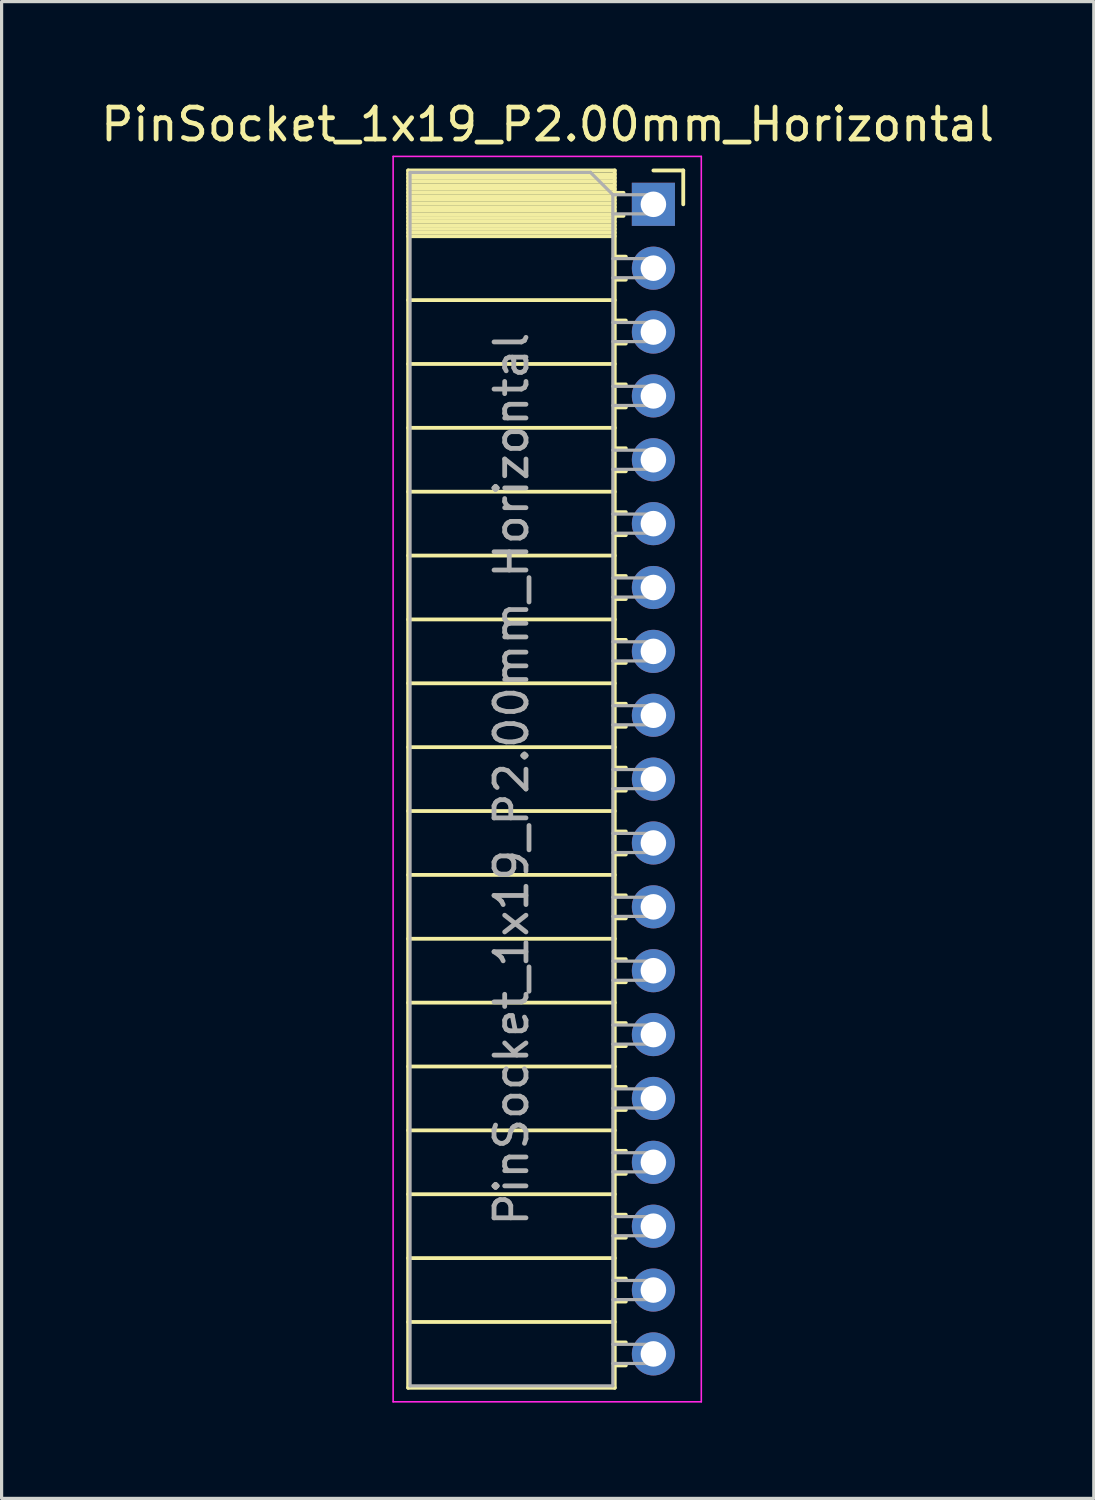
<source format=kicad_pcb>
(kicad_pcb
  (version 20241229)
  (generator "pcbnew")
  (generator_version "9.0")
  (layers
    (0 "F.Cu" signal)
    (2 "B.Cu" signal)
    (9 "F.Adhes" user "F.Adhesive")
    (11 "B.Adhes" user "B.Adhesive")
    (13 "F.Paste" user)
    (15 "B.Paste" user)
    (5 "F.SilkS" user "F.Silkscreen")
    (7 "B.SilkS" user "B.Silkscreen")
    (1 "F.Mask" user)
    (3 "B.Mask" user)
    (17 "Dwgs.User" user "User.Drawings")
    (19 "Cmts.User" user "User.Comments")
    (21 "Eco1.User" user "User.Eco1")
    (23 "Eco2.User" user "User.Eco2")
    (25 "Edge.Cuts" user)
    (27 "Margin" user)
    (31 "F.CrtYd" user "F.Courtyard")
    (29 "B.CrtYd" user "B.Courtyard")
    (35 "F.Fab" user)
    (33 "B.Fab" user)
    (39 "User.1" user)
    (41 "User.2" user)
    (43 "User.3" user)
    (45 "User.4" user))
  (footprint "PinSocket_1x19_P2.00mm_Horizontal"
    (layer "F.Cu")
    (at 17.411 3.348)
    (property "Reference" "PinSocket_1x19_P2.00mm_Horizontal" (at -3.31 -2.5 0) (layer "F.SilkS") (effects (font (size 1 1) (thickness 0.15))))
    (attr through_hole)
    (fp_line (start -7.68 -1.06) (end -7.68 37.06) (stroke (width 0.12) (type solid)) (layer "F.SilkS"))
    (fp_line (start -7.68 -1.06) (end -1.21 -1.06) (stroke (width 0.12) (type solid)) (layer "F.SilkS"))
    (fp_line (start -7.68 -0.94) (end -1.21 -0.94) (stroke (width 0.12) (type solid)) (layer "F.SilkS"))
    (fp_line (start -7.68 -0.826) (end -1.21 -0.826) (stroke (width 0.12) (type solid)) (layer "F.SilkS"))
    (fp_line (start -7.68 -0.712) (end -1.21 -0.712) (stroke (width 0.12) (type solid)) (layer "F.SilkS"))
    (fp_line (start -7.68 -0.598) (end -1.21 -0.598) (stroke (width 0.12) (type solid)) (layer "F.SilkS"))
    (fp_line (start -7.68 -0.484) (end -1.21 -0.484) (stroke (width 0.12) (type solid)) (layer "F.SilkS"))
    (fp_line (start -7.68 -0.369) (end -1.21 -0.369) (stroke (width 0.12) (type solid)) (layer "F.SilkS"))
    (fp_line (start -7.68 -0.255) (end -1.21 -0.255) (stroke (width 0.12) (type solid)) (layer "F.SilkS"))
    (fp_line (start -7.68 -0.141) (end -1.21 -0.141) (stroke (width 0.12) (type solid)) (layer "F.SilkS"))
    (fp_line (start -7.68 -0.027) (end -1.21 -0.027) (stroke (width 0.12) (type solid)) (layer "F.SilkS"))
    (fp_line (start -7.68 0.087) (end -1.21 0.087) (stroke (width 0.12) (type solid)) (layer "F.SilkS"))
    (fp_line (start -7.68 0.201) (end -1.21 0.201) (stroke (width 0.12) (type solid)) (layer "F.SilkS"))
    (fp_line (start -7.68 0.315) (end -1.21 0.315) (stroke (width 0.12) (type solid)) (layer "F.SilkS"))
    (fp_line (start -7.68 0.429) (end -1.21 0.429) (stroke (width 0.12) (type solid)) (layer "F.SilkS"))
    (fp_line (start -7.68 0.544) (end -1.21 0.544) (stroke (width 0.12) (type solid)) (layer "F.SilkS"))
    (fp_line (start -7.68 0.658) (end -1.21 0.658) (stroke (width 0.12) (type solid)) (layer "F.SilkS"))
    (fp_line (start -7.68 0.772) (end -1.21 0.772) (stroke (width 0.12) (type solid)) (layer "F.SilkS"))
    (fp_line (start -7.68 0.886) (end -1.21 0.886) (stroke (width 0.12) (type solid)) (layer "F.SilkS"))
    (fp_line (start -7.68 1) (end -1.21 1) (stroke (width 0.12) (type solid)) (layer "F.SilkS"))
    (fp_line (start -7.68 3) (end -1.21 3) (stroke (width 0.12) (type solid)) (layer "F.SilkS"))
    (fp_line (start -7.68 5) (end -1.21 5) (stroke (width 0.12) (type solid)) (layer "F.SilkS"))
    (fp_line (start -7.68 7) (end -1.21 7) (stroke (width 0.12) (type solid)) (layer "F.SilkS"))
    (fp_line (start -7.68 9) (end -1.21 9) (stroke (width 0.12) (type solid)) (layer "F.SilkS"))
    (fp_line (start -7.68 11) (end -1.21 11) (stroke (width 0.12) (type solid)) (layer "F.SilkS"))
    (fp_line (start -7.68 13) (end -1.21 13) (stroke (width 0.12) (type solid)) (layer "F.SilkS"))
    (fp_line (start -7.68 15) (end -1.21 15) (stroke (width 0.12) (type solid)) (layer "F.SilkS"))
    (fp_line (start -7.68 17) (end -1.21 17) (stroke (width 0.12) (type solid)) (layer "F.SilkS"))
    (fp_line (start -7.68 19) (end -1.21 19) (stroke (width 0.12) (type solid)) (layer "F.SilkS"))
    (fp_line (start -7.68 21) (end -1.21 21) (stroke (width 0.12) (type solid)) (layer "F.SilkS"))
    (fp_line (start -7.68 23) (end -1.21 23) (stroke (width 0.12) (type solid)) (layer "F.SilkS"))
    (fp_line (start -7.68 25) (end -1.21 25) (stroke (width 0.12) (type solid)) (layer "F.SilkS"))
    (fp_line (start -7.68 27) (end -1.21 27) (stroke (width 0.12) (type solid)) (layer "F.SilkS"))
    (fp_line (start -7.68 29) (end -1.21 29) (stroke (width 0.12) (type solid)) (layer "F.SilkS"))
    (fp_line (start -7.68 31) (end -1.21 31) (stroke (width 0.12) (type solid)) (layer "F.SilkS"))
    (fp_line (start -7.68 33) (end -1.21 33) (stroke (width 0.12) (type solid)) (layer "F.SilkS"))
    (fp_line (start -7.68 35) (end -1.21 35) (stroke (width 0.12) (type solid)) (layer "F.SilkS"))
    (fp_line (start -7.68 37.06) (end -1.21 37.06) (stroke (width 0.12) (type solid)) (layer "F.SilkS"))
    (fp_line (start -1.21 -1.06) (end -1.21 37.06) (stroke (width 0.12) (type solid)) (layer "F.SilkS"))
    (fp_line (start -1.21 -0.36) (end -0.935 -0.36) (stroke (width 0.12) (type solid)) (layer "F.SilkS"))
    (fp_line (start -1.21 0.36) (end -0.935 0.36) (stroke (width 0.12) (type solid)) (layer "F.SilkS"))
    (fp_line (start -1.21 1.64) (end -0.863 1.64) (stroke (width 0.12) (type solid)) (layer "F.SilkS"))
    (fp_line (start -1.21 2.36) (end -0.863 2.36) (stroke (width 0.12) (type solid)) (layer "F.SilkS"))
    (fp_line (start -1.21 3.64) (end -0.863 3.64) (stroke (width 0.12) (type solid)) (layer "F.SilkS"))
    (fp_line (start -1.21 4.36) (end -0.863 4.36) (stroke (width 0.12) (type solid)) (layer "F.SilkS"))
    (fp_line (start -1.21 5.64) (end -0.863 5.64) (stroke (width 0.12) (type solid)) (layer "F.SilkS"))
    (fp_line (start -1.21 6.36) (end -0.863 6.36) (stroke (width 0.12) (type solid)) (layer "F.SilkS"))
    (fp_line (start -1.21 7.64) (end -0.863 7.64) (stroke (width 0.12) (type solid)) (layer "F.SilkS"))
    (fp_line (start -1.21 8.36) (end -0.863 8.36) (stroke (width 0.12) (type solid)) (layer "F.SilkS"))
    (fp_line (start -1.21 9.64) (end -0.863 9.64) (stroke (width 0.12) (type solid)) (layer "F.SilkS"))
    (fp_line (start -1.21 10.36) (end -0.863 10.36) (stroke (width 0.12) (type solid)) (layer "F.SilkS"))
    (fp_line (start -1.21 11.64) (end -0.863 11.64) (stroke (width 0.12) (type solid)) (layer "F.SilkS"))
    (fp_line (start -1.21 12.36) (end -0.863 12.36) (stroke (width 0.12) (type solid)) (layer "F.SilkS"))
    (fp_line (start -1.21 13.64) (end -0.863 13.64) (stroke (width 0.12) (type solid)) (layer "F.SilkS"))
    (fp_line (start -1.21 14.36) (end -0.863 14.36) (stroke (width 0.12) (type solid)) (layer "F.SilkS"))
    (fp_line (start -1.21 15.64) (end -0.863 15.64) (stroke (width 0.12) (type solid)) (layer "F.SilkS"))
    (fp_line (start -1.21 16.36) (end -0.863 16.36) (stroke (width 0.12) (type solid)) (layer "F.SilkS"))
    (fp_line (start -1.21 17.64) (end -0.863 17.64) (stroke (width 0.12) (type solid)) (layer "F.SilkS"))
    (fp_line (start -1.21 18.36) (end -0.863 18.36) (stroke (width 0.12) (type solid)) (layer "F.SilkS"))
    (fp_line (start -1.21 19.64) (end -0.863 19.64) (stroke (width 0.12) (type solid)) (layer "F.SilkS"))
    (fp_line (start -1.21 20.36) (end -0.863 20.36) (stroke (width 0.12) (type solid)) (layer "F.SilkS"))
    (fp_line (start -1.21 21.64) (end -0.863 21.64) (stroke (width 0.12) (type solid)) (layer "F.SilkS"))
    (fp_line (start -1.21 22.36) (end -0.863 22.36) (stroke (width 0.12) (type solid)) (layer "F.SilkS"))
    (fp_line (start -1.21 23.64) (end -0.863 23.64) (stroke (width 0.12) (type solid)) (layer "F.SilkS"))
    (fp_line (start -1.21 24.36) (end -0.863 24.36) (stroke (width 0.12) (type solid)) (layer "F.SilkS"))
    (fp_line (start -1.21 25.64) (end -0.863 25.64) (stroke (width 0.12) (type solid)) (layer "F.SilkS"))
    (fp_line (start -1.21 26.36) (end -0.863 26.36) (stroke (width 0.12) (type solid)) (layer "F.SilkS"))
    (fp_line (start -1.21 27.64) (end -0.863 27.64) (stroke (width 0.12) (type solid)) (layer "F.SilkS"))
    (fp_line (start -1.21 28.36) (end -0.863 28.36) (stroke (width 0.12) (type solid)) (layer "F.SilkS"))
    (fp_line (start -1.21 29.64) (end -0.863 29.64) (stroke (width 0.12) (type solid)) (layer "F.SilkS"))
    (fp_line (start -1.21 30.36) (end -0.863 30.36) (stroke (width 0.12) (type solid)) (layer "F.SilkS"))
    (fp_line (start -1.21 31.64) (end -0.863 31.64) (stroke (width 0.12) (type solid)) (layer "F.SilkS"))
    (fp_line (start -1.21 32.36) (end -0.863 32.36) (stroke (width 0.12) (type solid)) (layer "F.SilkS"))
    (fp_line (start -1.21 33.64) (end -0.863 33.64) (stroke (width 0.12) (type solid)) (layer "F.SilkS"))
    (fp_line (start -1.21 34.36) (end -0.863 34.36) (stroke (width 0.12) (type solid)) (layer "F.SilkS"))
    (fp_line (start -1.21 35.64) (end -0.863 35.64) (stroke (width 0.12) (type solid)) (layer "F.SilkS"))
    (fp_line (start -1.21 36.36) (end -0.863 36.36) (stroke (width 0.12) (type solid)) (layer "F.SilkS"))
    (fp_line (start 0 -1.06) (end 0.935 -1.06) (stroke (width 0.12) (type solid)) (layer "F.SilkS"))
    (fp_line (start 0.935 -1.06) (end 0.935 0) (stroke (width 0.12) (type solid)) (layer "F.SilkS"))
    (fp_line (start -8.15 -1.5) (end -8.15 37.5) (stroke (width 0.05) (type solid)) (layer "F.CrtYd"))
    (fp_line (start -8.15 37.5) (end 1.5 37.5) (stroke (width 0.05) (type solid)) (layer "F.CrtYd"))
    (fp_line (start 1.5 -1.5) (end -8.15 -1.5) (stroke (width 0.05) (type solid)) (layer "F.CrtYd"))
    (fp_line (start 1.5 37.5) (end 1.5 -1.5) (stroke (width 0.05) (type solid)) (layer "F.CrtYd"))
    (fp_line (start -7.62 -1) (end -1.97 -1) (stroke (width 0.1) (type solid)) (layer "F.Fab"))
    (fp_line (start -7.62 37) (end -7.62 -1) (stroke (width 0.1) (type solid)) (layer "F.Fab"))
    (fp_line (start -1.97 -1) (end -1.27 -0.3) (stroke (width 0.1) (type solid)) (layer "F.Fab"))
    (fp_line (start -1.27 -0.3) (end -1.27 37) (stroke (width 0.1) (type solid)) (layer "F.Fab"))
    (fp_line (start -1.27 0.3) (end 0 0.3) (stroke (width 0.1) (type solid)) (layer "F.Fab"))
    (fp_line (start -1.27 2.3) (end 0 2.3) (stroke (width 0.1) (type solid)) (layer "F.Fab"))
    (fp_line (start -1.27 4.3) (end 0 4.3) (stroke (width 0.1) (type solid)) (layer "F.Fab"))
    (fp_line (start -1.27 6.3) (end 0 6.3) (stroke (width 0.1) (type solid)) (layer "F.Fab"))
    (fp_line (start -1.27 8.3) (end 0 8.3) (stroke (width 0.1) (type solid)) (layer "F.Fab"))
    (fp_line (start -1.27 10.3) (end 0 10.3) (stroke (width 0.1) (type solid)) (layer "F.Fab"))
    (fp_line (start -1.27 12.3) (end 0 12.3) (stroke (width 0.1) (type solid)) (layer "F.Fab"))
    (fp_line (start -1.27 14.3) (end 0 14.3) (stroke (width 0.1) (type solid)) (layer "F.Fab"))
    (fp_line (start -1.27 16.3) (end 0 16.3) (stroke (width 0.1) (type solid)) (layer "F.Fab"))
    (fp_line (start -1.27 18.3) (end 0 18.3) (stroke (width 0.1) (type solid)) (layer "F.Fab"))
    (fp_line (start -1.27 20.3) (end 0 20.3) (stroke (width 0.1) (type solid)) (layer "F.Fab"))
    (fp_line (start -1.27 22.3) (end 0 22.3) (stroke (width 0.1) (type solid)) (layer "F.Fab"))
    (fp_line (start -1.27 24.3) (end 0 24.3) (stroke (width 0.1) (type solid)) (layer "F.Fab"))
    (fp_line (start -1.27 26.3) (end 0 26.3) (stroke (width 0.1) (type solid)) (layer "F.Fab"))
    (fp_line (start -1.27 28.3) (end 0 28.3) (stroke (width 0.1) (type solid)) (layer "F.Fab"))
    (fp_line (start -1.27 30.3) (end 0 30.3) (stroke (width 0.1) (type solid)) (layer "F.Fab"))
    (fp_line (start -1.27 32.3) (end 0 32.3) (stroke (width 0.1) (type solid)) (layer "F.Fab"))
    (fp_line (start -1.27 34.3) (end 0 34.3) (stroke (width 0.1) (type solid)) (layer "F.Fab"))
    (fp_line (start -1.27 36.3) (end 0 36.3) (stroke (width 0.1) (type solid)) (layer "F.Fab"))
    (fp_line (start -1.27 37) (end -7.62 37) (stroke (width 0.1) (type solid)) (layer "F.Fab"))
    (fp_line (start 0 -0.3) (end -1.27 -0.3) (stroke (width 0.1) (type solid)) (layer "F.Fab"))
    (fp_line (start 0 0.3) (end 0 -0.3) (stroke (width 0.1) (type solid)) (layer "F.Fab"))
    (fp_line (start 0 1.7) (end -1.27 1.7) (stroke (width 0.1) (type solid)) (layer "F.Fab"))
    (fp_line (start 0 2.3) (end 0 1.7) (stroke (width 0.1) (type solid)) (layer "F.Fab"))
    (fp_line (start 0 3.7) (end -1.27 3.7) (stroke (width 0.1) (type solid)) (layer "F.Fab"))
    (fp_line (start 0 4.3) (end 0 3.7) (stroke (width 0.1) (type solid)) (layer "F.Fab"))
    (fp_line (start 0 5.7) (end -1.27 5.7) (stroke (width 0.1) (type solid)) (layer "F.Fab"))
    (fp_line (start 0 6.3) (end 0 5.7) (stroke (width 0.1) (type solid)) (layer "F.Fab"))
    (fp_line (start 0 7.7) (end -1.27 7.7) (stroke (width 0.1) (type solid)) (layer "F.Fab"))
    (fp_line (start 0 8.3) (end 0 7.7) (stroke (width 0.1) (type solid)) (layer "F.Fab"))
    (fp_line (start 0 9.7) (end -1.27 9.7) (stroke (width 0.1) (type solid)) (layer "F.Fab"))
    (fp_line (start 0 10.3) (end 0 9.7) (stroke (width 0.1) (type solid)) (layer "F.Fab"))
    (fp_line (start 0 11.7) (end -1.27 11.7) (stroke (width 0.1) (type solid)) (layer "F.Fab"))
    (fp_line (start 0 12.3) (end 0 11.7) (stroke (width 0.1) (type solid)) (layer "F.Fab"))
    (fp_line (start 0 13.7) (end -1.27 13.7) (stroke (width 0.1) (type solid)) (layer "F.Fab"))
    (fp_line (start 0 14.3) (end 0 13.7) (stroke (width 0.1) (type solid)) (layer "F.Fab"))
    (fp_line (start 0 15.7) (end -1.27 15.7) (stroke (width 0.1) (type solid)) (layer "F.Fab"))
    (fp_line (start 0 16.3) (end 0 15.7) (stroke (width 0.1) (type solid)) (layer "F.Fab"))
    (fp_line (start 0 17.7) (end -1.27 17.7) (stroke (width 0.1) (type solid)) (layer "F.Fab"))
    (fp_line (start 0 18.3) (end 0 17.7) (stroke (width 0.1) (type solid)) (layer "F.Fab"))
    (fp_line (start 0 19.7) (end -1.27 19.7) (stroke (width 0.1) (type solid)) (layer "F.Fab"))
    (fp_line (start 0 20.3) (end 0 19.7) (stroke (width 0.1) (type solid)) (layer "F.Fab"))
    (fp_line (start 0 21.7) (end -1.27 21.7) (stroke (width 0.1) (type solid)) (layer "F.Fab"))
    (fp_line (start 0 22.3) (end 0 21.7) (stroke (width 0.1) (type solid)) (layer "F.Fab"))
    (fp_line (start 0 23.7) (end -1.27 23.7) (stroke (width 0.1) (type solid)) (layer "F.Fab"))
    (fp_line (start 0 24.3) (end 0 23.7) (stroke (width 0.1) (type solid)) (layer "F.Fab"))
    (fp_line (start 0 25.7) (end -1.27 25.7) (stroke (width 0.1) (type solid)) (layer "F.Fab"))
    (fp_line (start 0 26.3) (end 0 25.7) (stroke (width 0.1) (type solid)) (layer "F.Fab"))
    (fp_line (start 0 27.7) (end -1.27 27.7) (stroke (width 0.1) (type solid)) (layer "F.Fab"))
    (fp_line (start 0 28.3) (end 0 27.7) (stroke (width 0.1) (type solid)) (layer "F.Fab"))
    (fp_line (start 0 29.7) (end -1.27 29.7) (stroke (width 0.1) (type solid)) (layer "F.Fab"))
    (fp_line (start 0 30.3) (end 0 29.7) (stroke (width 0.1) (type solid)) (layer "F.Fab"))
    (fp_line (start 0 31.7) (end -1.27 31.7) (stroke (width 0.1) (type solid)) (layer "F.Fab"))
    (fp_line (start 0 32.3) (end 0 31.7) (stroke (width 0.1) (type solid)) (layer "F.Fab"))
    (fp_line (start 0 33.7) (end -1.27 33.7) (stroke (width 0.1) (type solid)) (layer "F.Fab"))
    (fp_line (start 0 34.3) (end 0 33.7) (stroke (width 0.1) (type solid)) (layer "F.Fab"))
    (fp_line (start 0 35.7) (end -1.27 35.7) (stroke (width 0.1) (type solid)) (layer "F.Fab"))
    (fp_line (start 0 36.3) (end 0 35.7) (stroke (width 0.1) (type solid)) (layer "F.Fab"))
    (fp_text user "${REFERENCE}" (at -4.445 18 90) (layer "F.Fab") (effects (font (size 1 1) (thickness 0.15))))
    (pad "1" thru_hole rect (at 0 0) (size 1.35 1.35) (drill 0.8) (layers "*.Cu" "*.Mask"))
    (pad "2" thru_hole oval (at 0 2) (size 1.35 1.35) (drill 0.8) (layers "*.Cu" "*.Mask"))
    (pad "3" thru_hole oval (at 0 4) (size 1.35 1.35) (drill 0.8) (layers "*.Cu" "*.Mask"))
    (pad "4" thru_hole oval (at 0 6) (size 1.35 1.35) (drill 0.8) (layers "*.Cu" "*.Mask"))
    (pad "5" thru_hole oval (at 0 8) (size 1.35 1.35) (drill 0.8) (layers "*.Cu" "*.Mask"))
    (pad "6" thru_hole oval (at 0 10) (size 1.35 1.35) (drill 0.8) (layers "*.Cu" "*.Mask"))
    (pad "7" thru_hole oval (at 0 12) (size 1.35 1.35) (drill 0.8) (layers "*.Cu" "*.Mask"))
    (pad "8" thru_hole oval (at 0 14) (size 1.35 1.35) (drill 0.8) (layers "*.Cu" "*.Mask"))
    (pad "9" thru_hole oval (at 0 16) (size 1.35 1.35) (drill 0.8) (layers "*.Cu" "*.Mask"))
    (pad "10" thru_hole oval (at 0 18) (size 1.35 1.35) (drill 0.8) (layers "*.Cu" "*.Mask"))
    (pad "11" thru_hole oval (at 0 20) (size 1.35 1.35) (drill 0.8) (layers "*.Cu" "*.Mask"))
    (pad "12" thru_hole oval (at 0 22) (size 1.35 1.35) (drill 0.8) (layers "*.Cu" "*.Mask"))
    (pad "13" thru_hole oval (at 0 24) (size 1.35 1.35) (drill 0.8) (layers "*.Cu" "*.Mask"))
    (pad "14" thru_hole oval (at 0 26) (size 1.35 1.35) (drill 0.8) (layers "*.Cu" "*.Mask"))
    (pad "15" thru_hole oval (at 0 28) (size 1.35 1.35) (drill 0.8) (layers "*.Cu" "*.Mask"))
    (pad "16" thru_hole oval (at 0 30) (size 1.35 1.35) (drill 0.8) (layers "*.Cu" "*.Mask"))
    (pad "17" thru_hole oval (at 0 32) (size 1.35 1.35) (drill 0.8) (layers "*.Cu" "*.Mask"))
    (pad "18" thru_hole oval (at 0 34) (size 1.35 1.35) (drill 0.8) (layers "*.Cu" "*.Mask"))
    (pad "19" thru_hole oval (at 0 36) (size 1.35 1.35) (drill 0.8) (layers "*.Cu" "*.Mask")))
  (gr_rect
    (start -3 -3)
    (end 31.202 43.873)
    (stroke (width 0.1) (type default))
    (fill no)
    (layer "Edge.Cuts")))
</source>
